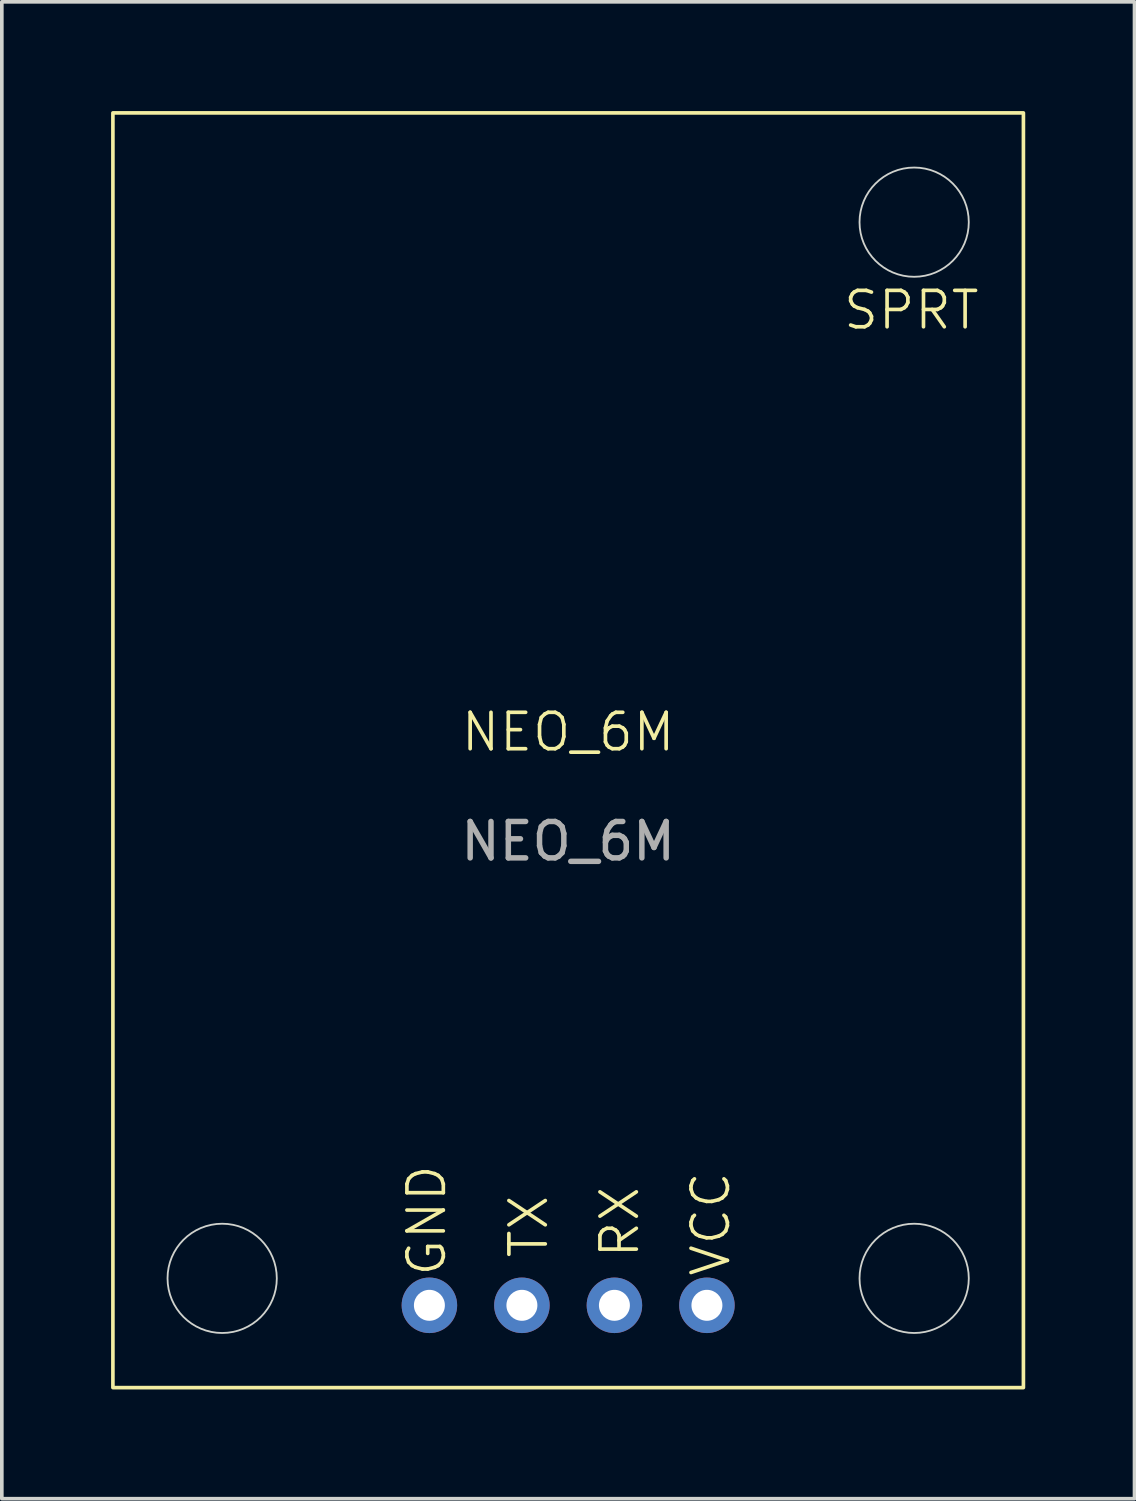
<source format=kicad_pcb>
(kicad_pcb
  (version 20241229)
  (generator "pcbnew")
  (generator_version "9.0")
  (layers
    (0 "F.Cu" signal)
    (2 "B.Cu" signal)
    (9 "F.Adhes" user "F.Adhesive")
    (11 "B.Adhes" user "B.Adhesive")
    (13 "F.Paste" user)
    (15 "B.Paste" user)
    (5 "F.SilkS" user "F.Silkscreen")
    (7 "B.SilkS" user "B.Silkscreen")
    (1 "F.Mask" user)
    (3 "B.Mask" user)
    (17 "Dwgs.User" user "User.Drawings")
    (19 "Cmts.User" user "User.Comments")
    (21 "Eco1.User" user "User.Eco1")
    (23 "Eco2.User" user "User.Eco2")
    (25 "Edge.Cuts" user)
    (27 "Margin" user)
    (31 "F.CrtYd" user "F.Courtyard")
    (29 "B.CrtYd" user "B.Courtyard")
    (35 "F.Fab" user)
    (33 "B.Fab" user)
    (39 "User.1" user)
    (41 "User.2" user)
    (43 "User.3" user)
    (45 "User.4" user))
  (footprint "NEO_6M"
    (layer "F.Cu")
    (at 12.55 17.55)
    (property "Reference" "NEO_6M" (at 0 -0.5 0) (unlocked yes) (layer "F.SilkS") (effects (font (size 1 1) (thickness 0.1))))
    (attr through_hole)
    (fp_rect (start -12.5 -17.5) (end 12.5 17.5) (stroke (width 0.1) (type default)) (fill no) (layer "F.SilkS"))
    (fp_circle (center -9.5 14.5) (end -9.5 16) (stroke (width 0.05) (type default)) (fill no) (layer "Edge.Cuts"))
    (fp_circle (center 9.5 -14.5) (end 9.5 -13) (stroke (width 0.05) (type default)) (fill no) (layer "Edge.Cuts"))
    (fp_circle (center 9.5 14.5) (end 9.5 16) (stroke (width 0.05) (type default)) (fill no) (layer "Edge.Cuts"))
    (fp_text user "SPRT" (at 7.5 -11.5 0) (unlocked yes) (layer "F.SilkS") (effects (font (size 1 1) (thickness 0.1)) (justify left bottom)))
    (fp_text user "VCC" (at 4.5 14.5 90) (unlocked yes) (layer "F.SilkS") (effects (font (size 1 1) (thickness 0.1)) (justify left bottom)))
    (fp_text user "GND" (at -3.3 14.5 90) (unlocked yes) (layer "F.SilkS") (effects (font (size 1 1) (thickness 0.1)) (justify left bottom)))
    (fp_text user "RX" (at 2 14 90) (unlocked yes) (layer "F.SilkS") (effects (font (size 1 1) (thickness 0.1)) (justify left bottom)))
    (fp_text user "TX" (at -0.5 14 90) (unlocked yes) (layer "F.SilkS") (effects (font (size 1 1) (thickness 0.1)) (justify left bottom)))
    (fp_text user "${REFERENCE}" (at 0 2.5 0) (unlocked yes) (layer "F.Fab") (effects (font (size 1 1) (thickness 0.15))))
    (pad "1" thru_hole circle (at -3.81 15.24 270) (size 1.524 1.524) (drill 0.85) (layers "*.Cu" "*.Mask"))
    (pad "2" thru_hole circle (at -1.27 15.24 270) (size 1.524 1.524) (drill 0.85) (layers "*.Cu" "*.Mask"))
    (pad "3" thru_hole circle (at 1.27 15.24 270) (size 1.524 1.524) (drill 0.85) (layers "*.Cu" "*.Mask"))
    (pad "4" thru_hole circle (at 3.81 15.24 270) (size 1.524 1.524) (drill 0.85) (layers "*.Cu" "*.Mask")))
  (gr_rect
    (start -3 -3)
    (end 28.1 38.1)
    (stroke (width 0.1) (type default))
    (fill no)
    (layer "Edge.Cuts")))
</source>
